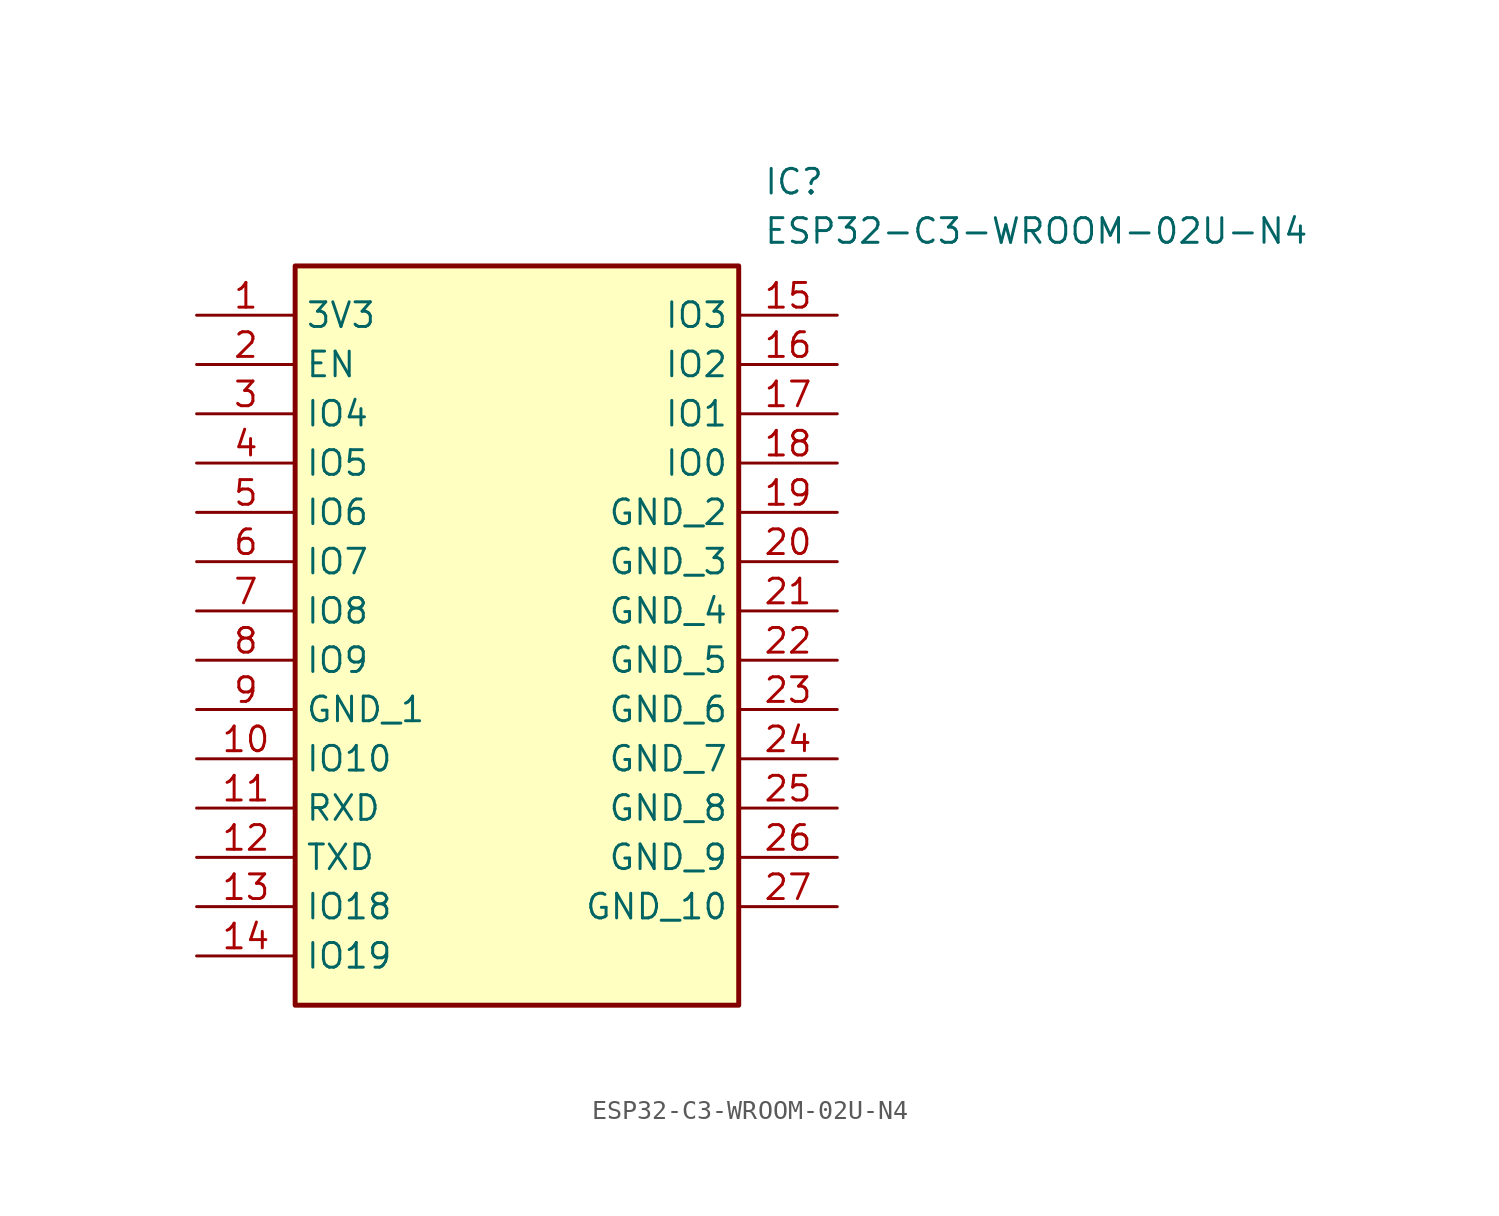
<source format=kicad_sym>
(kicad_symbol_lib
  (version 20211014)
  (generator SamacSys_ECAD_Model)
  (symbol "ESP32-C3-WROOM-02U-N4"
    (property "Reference" "IC"
      (at 29.21 7.62 0)
      (effects (font (size 1.27 1.27)) (justify left top)))
    (property "Value" "ESP32-C3-WROOM-02U-N4"
      (at 29.21 5.08 0)
      (effects (font (size 1.27 1.27)) (justify left top)))
    (rectangle
      (start 5.08 2.54)
      (end 27.94 -35.56)
      (stroke (width 0.254) (type default))
      (fill (type background)))
    (pin passive line
      (at 0 0 0)
      (length 5.08)
      (name "3V3" (effects (font (size 1.27 1.27))))
      (number "1" (effects (font (size 1.27 1.27)))))
    (pin passive line
      (at 0 -2.54 0)
      (length 5.08)
      (name "EN" (effects (font (size 1.27 1.27))))
      (number "2" (effects (font (size 1.27 1.27)))))
    (pin passive line
      (at 0 -5.08 0)
      (length 5.08)
      (name "IO4" (effects (font (size 1.27 1.27))))
      (number "3" (effects (font (size 1.27 1.27)))))
    (pin passive line
      (at 0 -7.62 0)
      (length 5.08)
      (name "IO5" (effects (font (size 1.27 1.27))))
      (number "4" (effects (font (size 1.27 1.27)))))
    (pin passive line
      (at 0 -10.16 0)
      (length 5.08)
      (name "IO6" (effects (font (size 1.27 1.27))))
      (number "5" (effects (font (size 1.27 1.27)))))
    (pin passive line
      (at 0 -12.7 0)
      (length 5.08)
      (name "IO7" (effects (font (size 1.27 1.27))))
      (number "6" (effects (font (size 1.27 1.27)))))
    (pin passive line
      (at 0 -15.24 0)
      (length 5.08)
      (name "IO8" (effects (font (size 1.27 1.27))))
      (number "7" (effects (font (size 1.27 1.27)))))
    (pin passive line
      (at 0 -17.78 0)
      (length 5.08)
      (name "IO9" (effects (font (size 1.27 1.27))))
      (number "8" (effects (font (size 1.27 1.27)))))
    (pin passive line
      (at 0 -20.32 0)
      (length 5.08)
      (name "GND_1" (effects (font (size 1.27 1.27))))
      (number "9" (effects (font (size 1.27 1.27)))))
    (pin passive line
      (at 0 -22.86 0)
      (length 5.08)
      (name "IO10" (effects (font (size 1.27 1.27))))
      (number "10" (effects (font (size 1.27 1.27)))))
    (pin passive line
      (at 0 -25.4 0)
      (length 5.08)
      (name "RXD" (effects (font (size 1.27 1.27))))
      (number "11" (effects (font (size 1.27 1.27)))))
    (pin passive line
      (at 0 -27.94 0)
      (length 5.08)
      (name "TXD" (effects (font (size 1.27 1.27))))
      (number "12" (effects (font (size 1.27 1.27)))))
    (pin passive line
      (at 0 -30.48 0)
      (length 5.08)
      (name "IO18" (effects (font (size 1.27 1.27))))
      (number "13" (effects (font (size 1.27 1.27)))))
    (pin passive line
      (at 0 -33.02 0)
      (length 5.08)
      (name "IO19" (effects (font (size 1.27 1.27))))
      (number "14" (effects (font (size 1.27 1.27)))))
    (pin passive line
      (at 33.02 0 180)
      (length 5.08)
      (name "IO3" (effects (font (size 1.27 1.27))))
      (number "15" (effects (font (size 1.27 1.27)))))
    (pin passive line
      (at 33.02 -2.54 180)
      (length 5.08)
      (name "IO2" (effects (font (size 1.27 1.27))))
      (number "16" (effects (font (size 1.27 1.27)))))
    (pin passive line
      (at 33.02 -5.08 180)
      (length 5.08)
      (name "IO1" (effects (font (size 1.27 1.27))))
      (number "17" (effects (font (size 1.27 1.27)))))
    (pin passive line
      (at 33.02 -7.62 180)
      (length 5.08)
      (name "IO0" (effects (font (size 1.27 1.27))))
      (number "18" (effects (font (size 1.27 1.27)))))
    (pin passive line
      (at 33.02 -10.16 180)
      (length 5.08)
      (name "GND_2" (effects (font (size 1.27 1.27))))
      (number "19" (effects (font (size 1.27 1.27)))))
    (pin passive line
      (at 33.02 -12.7 180)
      (length 5.08)
      (name "GND_3" (effects (font (size 1.27 1.27))))
      (number "20" (effects (font (size 1.27 1.27)))))
    (pin passive line
      (at 33.02 -15.24 180)
      (length 5.08)
      (name "GND_4" (effects (font (size 1.27 1.27))))
      (number "21" (effects (font (size 1.27 1.27)))))
    (pin passive line
      (at 33.02 -17.78 180)
      (length 5.08)
      (name "GND_5" (effects (font (size 1.27 1.27))))
      (number "22" (effects (font (size 1.27 1.27)))))
    (pin passive line
      (at 33.02 -20.32 180)
      (length 5.08)
      (name "GND_6" (effects (font (size 1.27 1.27))))
      (number "23" (effects (font (size 1.27 1.27)))))
    (pin passive line
      (at 33.02 -22.86 180)
      (length 5.08)
      (name "GND_7" (effects (font (size 1.27 1.27))))
      (number "24" (effects (font (size 1.27 1.27)))))
    (pin passive line
      (at 33.02 -25.4 180)
      (length 5.08)
      (name "GND_8" (effects (font (size 1.27 1.27))))
      (number "25" (effects (font (size 1.27 1.27)))))
    (pin passive line
      (at 33.02 -27.94 180)
      (length 5.08)
      (name "GND_9" (effects (font (size 1.27 1.27))))
      (number "26" (effects (font (size 1.27 1.27)))))
    (pin passive line
      (at 33.02 -30.48 180)
      (length 5.08)
      (name "GND_10" (effects (font (size 1.27 1.27))))
      (number "27" (effects (font (size 1.27 1.27)))))))
</source>
